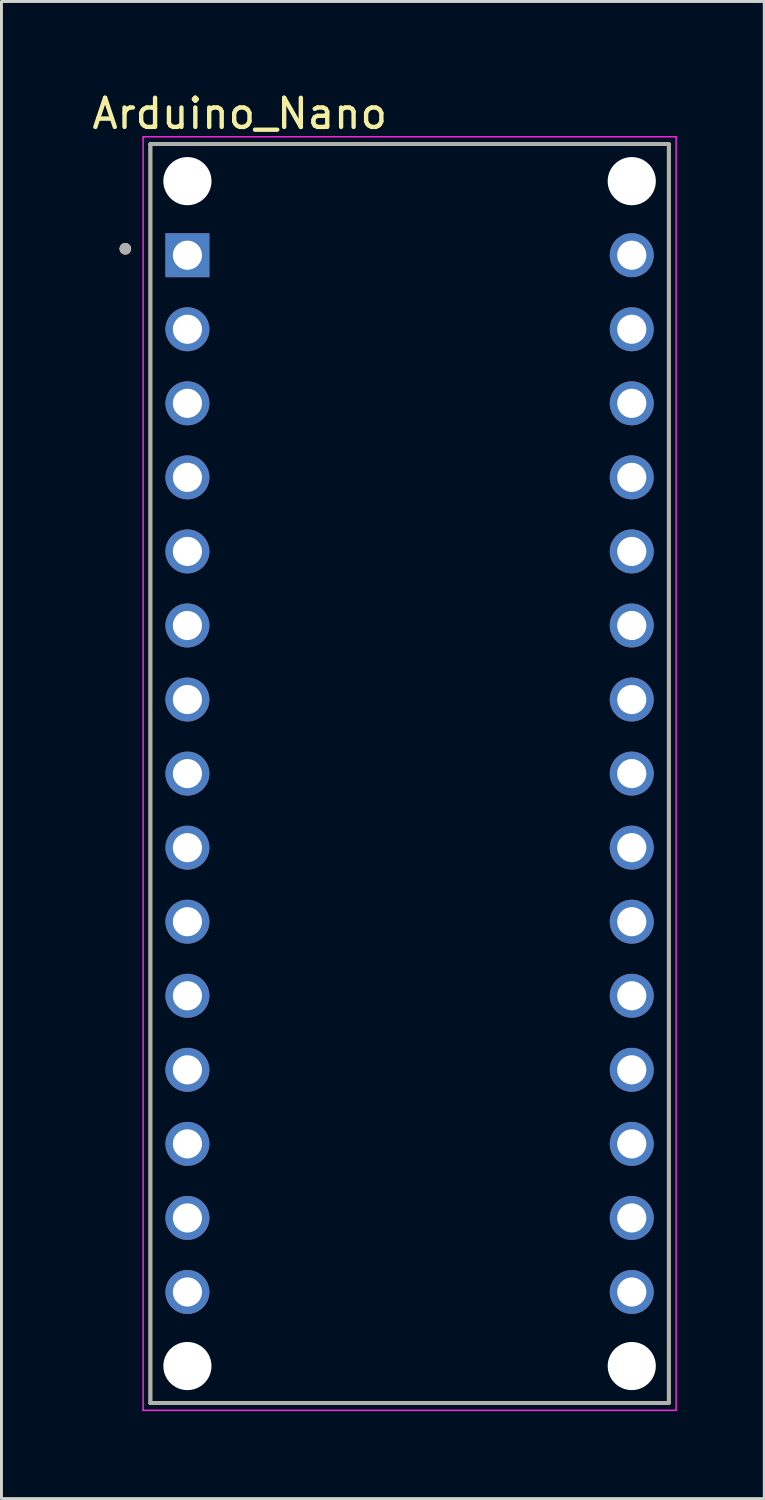
<source format=kicad_pcb>
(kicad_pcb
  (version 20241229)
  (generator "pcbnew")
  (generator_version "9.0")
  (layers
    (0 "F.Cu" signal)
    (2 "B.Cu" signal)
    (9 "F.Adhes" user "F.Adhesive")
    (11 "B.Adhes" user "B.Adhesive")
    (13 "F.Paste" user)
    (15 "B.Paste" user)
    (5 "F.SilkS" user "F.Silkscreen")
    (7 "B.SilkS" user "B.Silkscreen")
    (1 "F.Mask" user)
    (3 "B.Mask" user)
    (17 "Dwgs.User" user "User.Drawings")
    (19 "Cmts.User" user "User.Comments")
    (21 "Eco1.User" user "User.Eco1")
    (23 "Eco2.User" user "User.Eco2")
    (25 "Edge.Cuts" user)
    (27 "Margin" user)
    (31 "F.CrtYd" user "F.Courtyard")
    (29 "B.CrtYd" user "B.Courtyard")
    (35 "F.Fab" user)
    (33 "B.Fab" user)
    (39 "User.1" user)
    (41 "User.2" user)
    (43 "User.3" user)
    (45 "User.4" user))
  (footprint "Arduino_Nano"
    (layer "F.Cu")
    (at 10.998 23.483)
    (property "Reference" "Arduino_Nano" (at -5.825 -22.635 0) (layer "F.SilkS") (effects (font (size 1 1) (thickness 0.15))))
    (attr through_hole)
    (fp_line (start -8.89 -21.59) (end 8.89 -21.59) (stroke (width 0.127) (type solid)) (layer "F.SilkS"))
    (fp_line (start -8.89 21.59) (end -8.89 -21.59) (stroke (width 0.127) (type solid)) (layer "F.SilkS"))
    (fp_line (start 8.89 -21.59) (end 8.89 21.59) (stroke (width 0.127) (type solid)) (layer "F.SilkS"))
    (fp_line (start 8.89 21.59) (end -8.89 21.59) (stroke (width 0.127) (type solid)) (layer "F.SilkS"))
    (fp_circle (center -9.75 -18) (end -9.65 -18) (stroke (width 0.2) (type solid)) (fill no) (layer "F.SilkS"))
    (fp_line (start -9.14 -21.84) (end 9.14 -21.84) (stroke (width 0.05) (type solid)) (layer "F.CrtYd"))
    (fp_line (start -9.14 21.84) (end -9.14 -21.84) (stroke (width 0.05) (type solid)) (layer "F.CrtYd"))
    (fp_line (start 9.14 -21.84) (end 9.14 21.84) (stroke (width 0.05) (type solid)) (layer "F.CrtYd"))
    (fp_line (start 9.14 21.84) (end -9.14 21.84) (stroke (width 0.05) (type solid)) (layer "F.CrtYd"))
    (fp_line (start -8.89 -21.59) (end 8.89 -21.59) (stroke (width 0.127) (type solid)) (layer "F.Fab"))
    (fp_line (start -8.89 21.59) (end -8.89 -21.59) (stroke (width 0.127) (type solid)) (layer "F.Fab"))
    (fp_line (start 8.89 -21.59) (end 8.89 21.59) (stroke (width 0.127) (type solid)) (layer "F.Fab"))
    (fp_line (start 8.89 21.59) (end -8.89 21.59) (stroke (width 0.127) (type solid)) (layer "F.Fab"))
    (fp_circle (center -9.75 -18) (end -9.65 -18) (stroke (width 0.2) (type solid)) (fill no) (layer "F.Fab"))
    (pad "" np_thru_hole circle (at -7.62 -20.32) (size 1.651 1.651) (drill 1.651) (layers "*.Cu" "*.Mask"))
    (pad "" np_thru_hole circle (at -7.62 20.32) (size 1.651 1.651) (drill 1.651) (layers "*.Cu" "*.Mask"))
    (pad "" np_thru_hole circle (at 7.62 -20.32) (size 1.651 1.651) (drill 1.651) (layers "*.Cu" "*.Mask"))
    (pad "" np_thru_hole circle (at 7.62 20.32) (size 1.651 1.651) (drill 1.651) (layers "*.Cu" "*.Mask"))
    (pad "1" thru_hole rect (at -7.62 -17.78) (size 1.508 1.508) (drill 1) (layers "*.Cu" "*.Mask"))
    (pad "2" thru_hole circle (at -7.62 -15.24) (size 1.508 1.508) (drill 1) (layers "*.Cu" "*.Mask"))
    (pad "3" thru_hole circle (at -7.62 -12.7) (size 1.508 1.508) (drill 1) (layers "*.Cu" "*.Mask"))
    (pad "4" thru_hole circle (at -7.62 -10.16) (size 1.508 1.508) (drill 1) (layers "*.Cu" "*.Mask"))
    (pad "5" thru_hole circle (at -7.62 -7.62) (size 1.508 1.508) (drill 1) (layers "*.Cu" "*.Mask"))
    (pad "6" thru_hole circle (at -7.62 -5.08) (size 1.508 1.508) (drill 1) (layers "*.Cu" "*.Mask"))
    (pad "7" thru_hole circle (at -7.62 -2.54) (size 1.508 1.508) (drill 1) (layers "*.Cu" "*.Mask"))
    (pad "8" thru_hole circle (at -7.62 0) (size 1.508 1.508) (drill 1) (layers "*.Cu" "*.Mask"))
    (pad "9" thru_hole circle (at -7.62 2.54) (size 1.508 1.508) (drill 1) (layers "*.Cu" "*.Mask"))
    (pad "10" thru_hole circle (at -7.62 5.08) (size 1.508 1.508) (drill 1) (layers "*.Cu" "*.Mask"))
    (pad "11" thru_hole circle (at -7.62 7.62) (size 1.508 1.508) (drill 1) (layers "*.Cu" "*.Mask"))
    (pad "12" thru_hole circle (at -7.62 10.16) (size 1.508 1.508) (drill 1) (layers "*.Cu" "*.Mask"))
    (pad "13" thru_hole circle (at -7.62 12.7) (size 1.508 1.508) (drill 1) (layers "*.Cu" "*.Mask"))
    (pad "14" thru_hole circle (at -7.62 15.24) (size 1.508 1.508) (drill 1) (layers "*.Cu" "*.Mask"))
    (pad "15" thru_hole circle (at -7.62 17.78) (size 1.508 1.508) (drill 1) (layers "*.Cu" "*.Mask"))
    (pad "16" thru_hole circle (at 7.62 17.78) (size 1.508 1.508) (drill 1) (layers "*.Cu" "*.Mask"))
    (pad "17" thru_hole circle (at 7.62 15.24) (size 1.508 1.508) (drill 1) (layers "*.Cu" "*.Mask"))
    (pad "18" thru_hole circle (at 7.62 12.7) (size 1.508 1.508) (drill 1) (layers "*.Cu" "*.Mask"))
    (pad "19" thru_hole circle (at 7.62 10.16) (size 1.508 1.508) (drill 1) (layers "*.Cu" "*.Mask"))
    (pad "20" thru_hole circle (at 7.62 7.62) (size 1.508 1.508) (drill 1) (layers "*.Cu" "*.Mask"))
    (pad "21" thru_hole circle (at 7.62 5.08) (size 1.508 1.508) (drill 1) (layers "*.Cu" "*.Mask"))
    (pad "22" thru_hole circle (at 7.62 2.54) (size 1.508 1.508) (drill 1) (layers "*.Cu" "*.Mask"))
    (pad "23" thru_hole circle (at 7.62 0) (size 1.508 1.508) (drill 1) (layers "*.Cu" "*.Mask"))
    (pad "24" thru_hole circle (at 7.62 -2.54) (size 1.508 1.508) (drill 1) (layers "*.Cu" "*.Mask"))
    (pad "25" thru_hole circle (at 7.62 -5.08) (size 1.508 1.508) (drill 1) (layers "*.Cu" "*.Mask"))
    (pad "26" thru_hole circle (at 7.62 -7.62) (size 1.508 1.508) (drill 1) (layers "*.Cu" "*.Mask"))
    (pad "27" thru_hole circle (at 7.62 -10.16) (size 1.508 1.508) (drill 1) (layers "*.Cu" "*.Mask"))
    (pad "28" thru_hole circle (at 7.62 -12.7) (size 1.508 1.508) (drill 1) (layers "*.Cu" "*.Mask"))
    (pad "29" thru_hole circle (at 7.62 -15.24) (size 1.508 1.508) (drill 1) (layers "*.Cu" "*.Mask"))
    (pad "30" thru_hole circle (at 7.62 -17.78) (size 1.508 1.508) (drill 1) (layers "*.Cu" "*.Mask")))
  (gr_rect
    (start -3 -3)
    (end 23.163 48.348)
    (stroke (width 0.1) (type default))
    (fill no)
    (layer "Edge.Cuts")))
</source>
